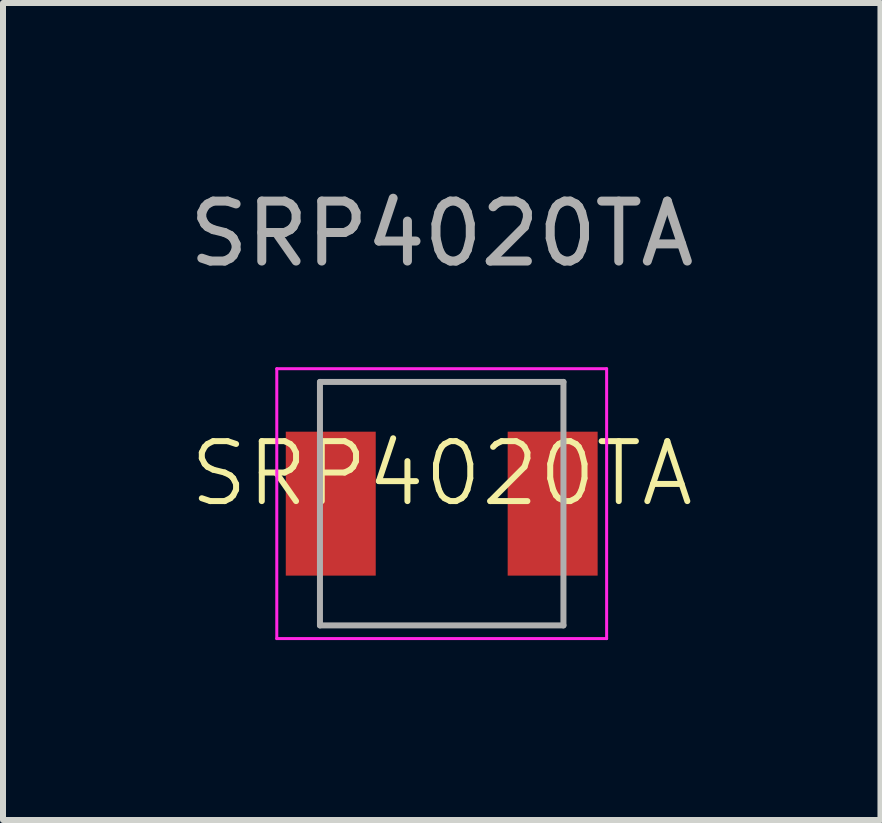
<source format=kicad_pcb>
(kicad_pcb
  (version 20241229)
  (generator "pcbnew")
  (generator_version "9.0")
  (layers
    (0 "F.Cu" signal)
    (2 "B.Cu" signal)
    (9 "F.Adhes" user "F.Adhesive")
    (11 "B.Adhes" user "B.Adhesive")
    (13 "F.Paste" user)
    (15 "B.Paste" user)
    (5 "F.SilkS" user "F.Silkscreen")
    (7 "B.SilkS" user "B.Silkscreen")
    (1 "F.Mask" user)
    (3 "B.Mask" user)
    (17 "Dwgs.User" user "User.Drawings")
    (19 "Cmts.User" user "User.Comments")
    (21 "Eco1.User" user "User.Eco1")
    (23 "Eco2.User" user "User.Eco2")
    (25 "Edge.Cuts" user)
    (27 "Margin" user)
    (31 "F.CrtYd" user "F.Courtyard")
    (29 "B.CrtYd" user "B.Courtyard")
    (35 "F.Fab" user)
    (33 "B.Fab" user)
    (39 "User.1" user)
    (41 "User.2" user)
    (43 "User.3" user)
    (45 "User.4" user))
  (footprint "SRP4020TA"
    (layer "F.Cu")
    (at 4.315 5.348)
    (property "Reference" "SRP4020TA" (at 0 -0.5 0) (unlocked yes) (layer "F.SilkS") (effects (font (size 1 1) (thickness 0.1))))
    (attr smd)
    (fp_line (start -2.75 -2.25) (end -2.75 2.25) (stroke (width 0.05) (type solid)) (layer "F.CrtYd"))
    (fp_line (start -2.75 -2.25) (end 2.75 -2.25) (stroke (width 0.05) (type solid)) (layer "F.CrtYd"))
    (fp_line (start -2.75 2.25) (end 2.75 2.25) (stroke (width 0.05) (type solid)) (layer "F.CrtYd"))
    (fp_line (start 2.75 -2.25) (end 2.75 2.25) (stroke (width 0.05) (type solid)) (layer "F.CrtYd"))
    (fp_line (start -2.03 -2.03) (end -2.03 2.03) (stroke (width 0.1) (type solid)) (layer "F.Fab"))
    (fp_line (start -2.03 -2.03) (end 2.03 -2.03) (stroke (width 0.1) (type solid)) (layer "F.Fab"))
    (fp_line (start 2.03 -2.03) (end 2.03 2.03) (stroke (width 0.1) (type solid)) (layer "F.Fab"))
    (fp_line (start 2.03 2.03) (end -2.03 2.03) (stroke (width 0.1) (type solid)) (layer "F.Fab"))
    (fp_text user "${REFERENCE}" (at 0 -4.5 0) (layer "F.Fab") (effects (font (size 1 1) (thickness 0.15))))
    (pad "1" smd rect (at -1.85 0) (size 1.5 2.4) (layers "F.Cu" "F.Mask" "F.Paste"))
    (pad "2" smd rect (at 1.85 0) (size 1.5 2.4) (layers "F.Cu" "F.Mask" "F.Paste")))
  (gr_rect
    (start -3 -3)
    (end 11.631 10.623)
    (stroke (width 0.1) (type default))
    (fill no)
    (layer "Edge.Cuts")))
</source>
